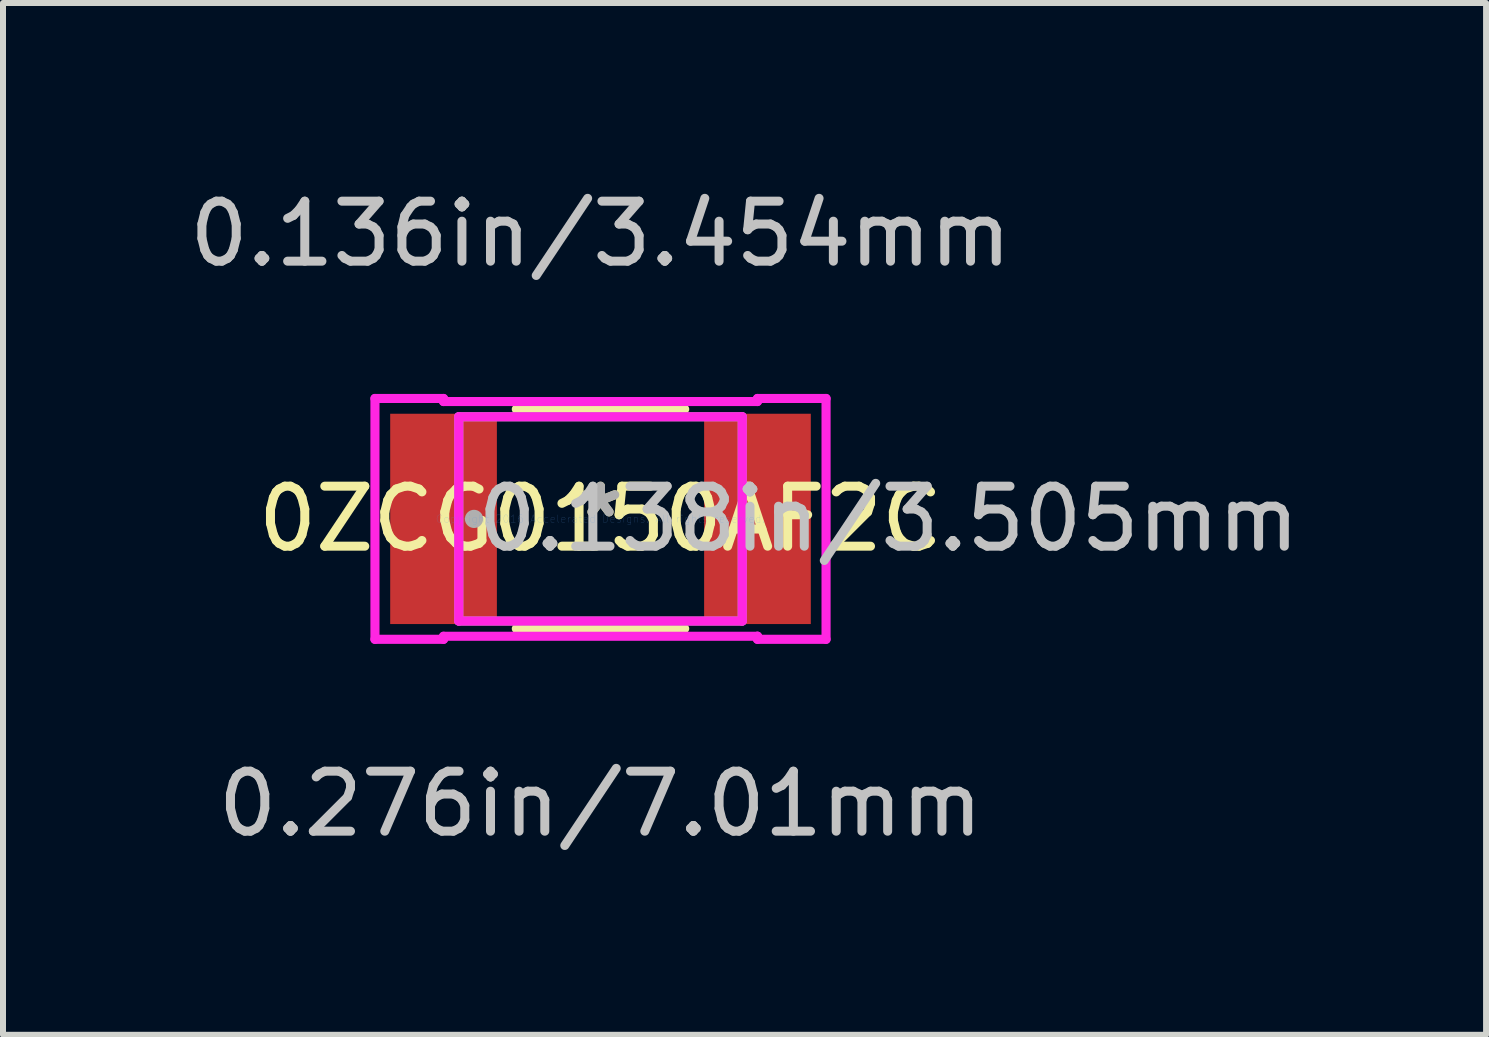
<source format=kicad_pcb>
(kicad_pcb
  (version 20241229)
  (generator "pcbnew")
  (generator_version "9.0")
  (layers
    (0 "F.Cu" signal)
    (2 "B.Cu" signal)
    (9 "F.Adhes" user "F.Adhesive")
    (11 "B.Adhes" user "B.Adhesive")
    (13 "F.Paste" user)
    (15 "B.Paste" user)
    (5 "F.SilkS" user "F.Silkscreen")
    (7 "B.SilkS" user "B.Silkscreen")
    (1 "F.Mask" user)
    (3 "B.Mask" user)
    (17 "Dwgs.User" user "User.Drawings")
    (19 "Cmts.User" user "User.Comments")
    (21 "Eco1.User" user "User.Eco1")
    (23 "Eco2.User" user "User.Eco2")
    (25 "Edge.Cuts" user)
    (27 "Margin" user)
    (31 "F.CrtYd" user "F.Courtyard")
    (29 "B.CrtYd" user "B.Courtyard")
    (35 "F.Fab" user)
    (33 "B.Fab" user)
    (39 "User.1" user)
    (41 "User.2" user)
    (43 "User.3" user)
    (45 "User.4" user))
  (footprint "0ZCG0150AF2C"
    (layer "F.Cu")
    (at 6.958 5.598)
    (property "Reference" "0ZCG0150AF2C" (at 0 0 0) (layer "F.SilkS") (effects (font (size 1 1) (thickness 0.15))))
    (attr through_hole)
    (fp_line (start -1.403 1.829) (end 1.403 1.829) (stroke (width 0.152) (type solid)) (layer "F.SilkS"))
    (fp_line (start 1.403 -1.829) (end -1.403 -1.829) (stroke (width 0.152) (type solid)) (layer "F.SilkS"))
    (fp_line (start -3.759 -2.007) (end -2.616 -2.007) (stroke (width 0.152) (type solid)) (layer "F.CrtYd"))
    (fp_line (start -3.759 2.007) (end -3.759 -2.007) (stroke (width 0.152) (type solid)) (layer "F.CrtYd"))
    (fp_line (start -2.616 -2.007) (end -2.616 -1.956) (stroke (width 0.152) (type solid)) (layer "F.CrtYd"))
    (fp_line (start -2.616 -1.956) (end 2.616 -1.956) (stroke (width 0.152) (type solid)) (layer "F.CrtYd"))
    (fp_line (start -2.616 1.956) (end -2.616 2.007) (stroke (width 0.152) (type solid)) (layer "F.CrtYd"))
    (fp_line (start -2.616 2.007) (end -3.759 2.007) (stroke (width 0.152) (type solid)) (layer "F.CrtYd"))
    (fp_line (start -2.362 -1.702) (end 2.362 -1.702) (stroke (width 0.152) (type solid)) (layer "F.CrtYd"))
    (fp_line (start -2.362 1.702) (end -2.362 -1.702) (stroke (width 0.152) (type solid)) (layer "F.CrtYd"))
    (fp_line (start 2.362 -1.702) (end 2.362 1.702) (stroke (width 0.152) (type solid)) (layer "F.CrtYd"))
    (fp_line (start 2.362 1.702) (end -2.362 1.702) (stroke (width 0.152) (type solid)) (layer "F.CrtYd"))
    (fp_line (start 2.616 -2.007) (end 3.759 -2.007) (stroke (width 0.152) (type solid)) (layer "F.CrtYd"))
    (fp_line (start 2.616 -1.956) (end 2.616 -2.007) (stroke (width 0.152) (type solid)) (layer "F.CrtYd"))
    (fp_line (start 2.616 1.956) (end -2.616 1.956) (stroke (width 0.152) (type solid)) (layer "F.CrtYd"))
    (fp_line (start 2.616 1.956) (end 2.616 1.956) (stroke (width 0.152) (type solid)) (layer "F.CrtYd"))
    (fp_line (start 2.616 2.007) (end 2.616 1.956) (stroke (width 0.152) (type solid)) (layer "F.CrtYd"))
    (fp_line (start 3.759 -2.007) (end 3.759 2.007) (stroke (width 0.152) (type solid)) (layer "F.CrtYd"))
    (fp_line (start 3.759 2.007) (end 2.616 2.007) (stroke (width 0.152) (type solid)) (layer "F.CrtYd"))
    (fp_line (start -2.362 -1.702) (end -2.362 1.702) (stroke (width 0.152) (type solid)) (layer "F.Fab"))
    (fp_line (start -2.362 1.702) (end 2.362 1.702) (stroke (width 0.152) (type solid)) (layer "F.Fab"))
    (fp_line (start 2.362 -1.702) (end -2.362 -1.702) (stroke (width 0.152) (type solid)) (layer "F.Fab"))
    (fp_line (start 2.362 1.702) (end 2.362 -1.702) (stroke (width 0.152) (type solid)) (layer "F.Fab"))
    (fp_circle (center -2.108 0) (end -2.108 0) (stroke (width 0.152) (type solid)) (fill no) (layer "F.Fab"))
    (fp_text user "*" (at 0 0 0) (layer "F.SilkS") (effects (font (size 1 1) (thickness 0.15))))
    (fp_text user "0.138in/3.505mm" (at 4.801 0 0) (layer "Dwgs.User") (effects (font (size 1 1) (thickness 0.15))))
    (fp_text user "0.136in/3.454mm" (at 0 -4.75 0) (layer "Dwgs.User") (effects (font (size 1 1) (thickness 0.15))))
    (fp_text user "0.276in/7.01mm" (at 0 4.75 0) (layer "Dwgs.User") (effects (font (size 1 1) (thickness 0.15))))
    (fp_text user "Copyright 2016 Accelerated Designs. All rights reserved." (at 0 0 0) (layer "Cmts.User") (effects (font (size 0.127 0.127) (thickness 0.002))))
    (fp_text user "*" (at 0 0 0) (layer "F.Fab") (effects (font (size 1 1) (thickness 0.15))))
    (pad "1" smd rect (at -2.616 0) (size 1.778 3.505) (layers "F.Cu" "F.Mask" "F.Paste"))
    (pad "2" smd rect (at 2.616 0) (size 1.778 3.505) (layers "F.Cu" "F.Mask" "F.Paste")))
  (gr_rect
    (start -3 -3)
    (end 21.717 14.196)
    (stroke (width 0.1) (type default))
    (fill no)
    (layer "Edge.Cuts")))
</source>
